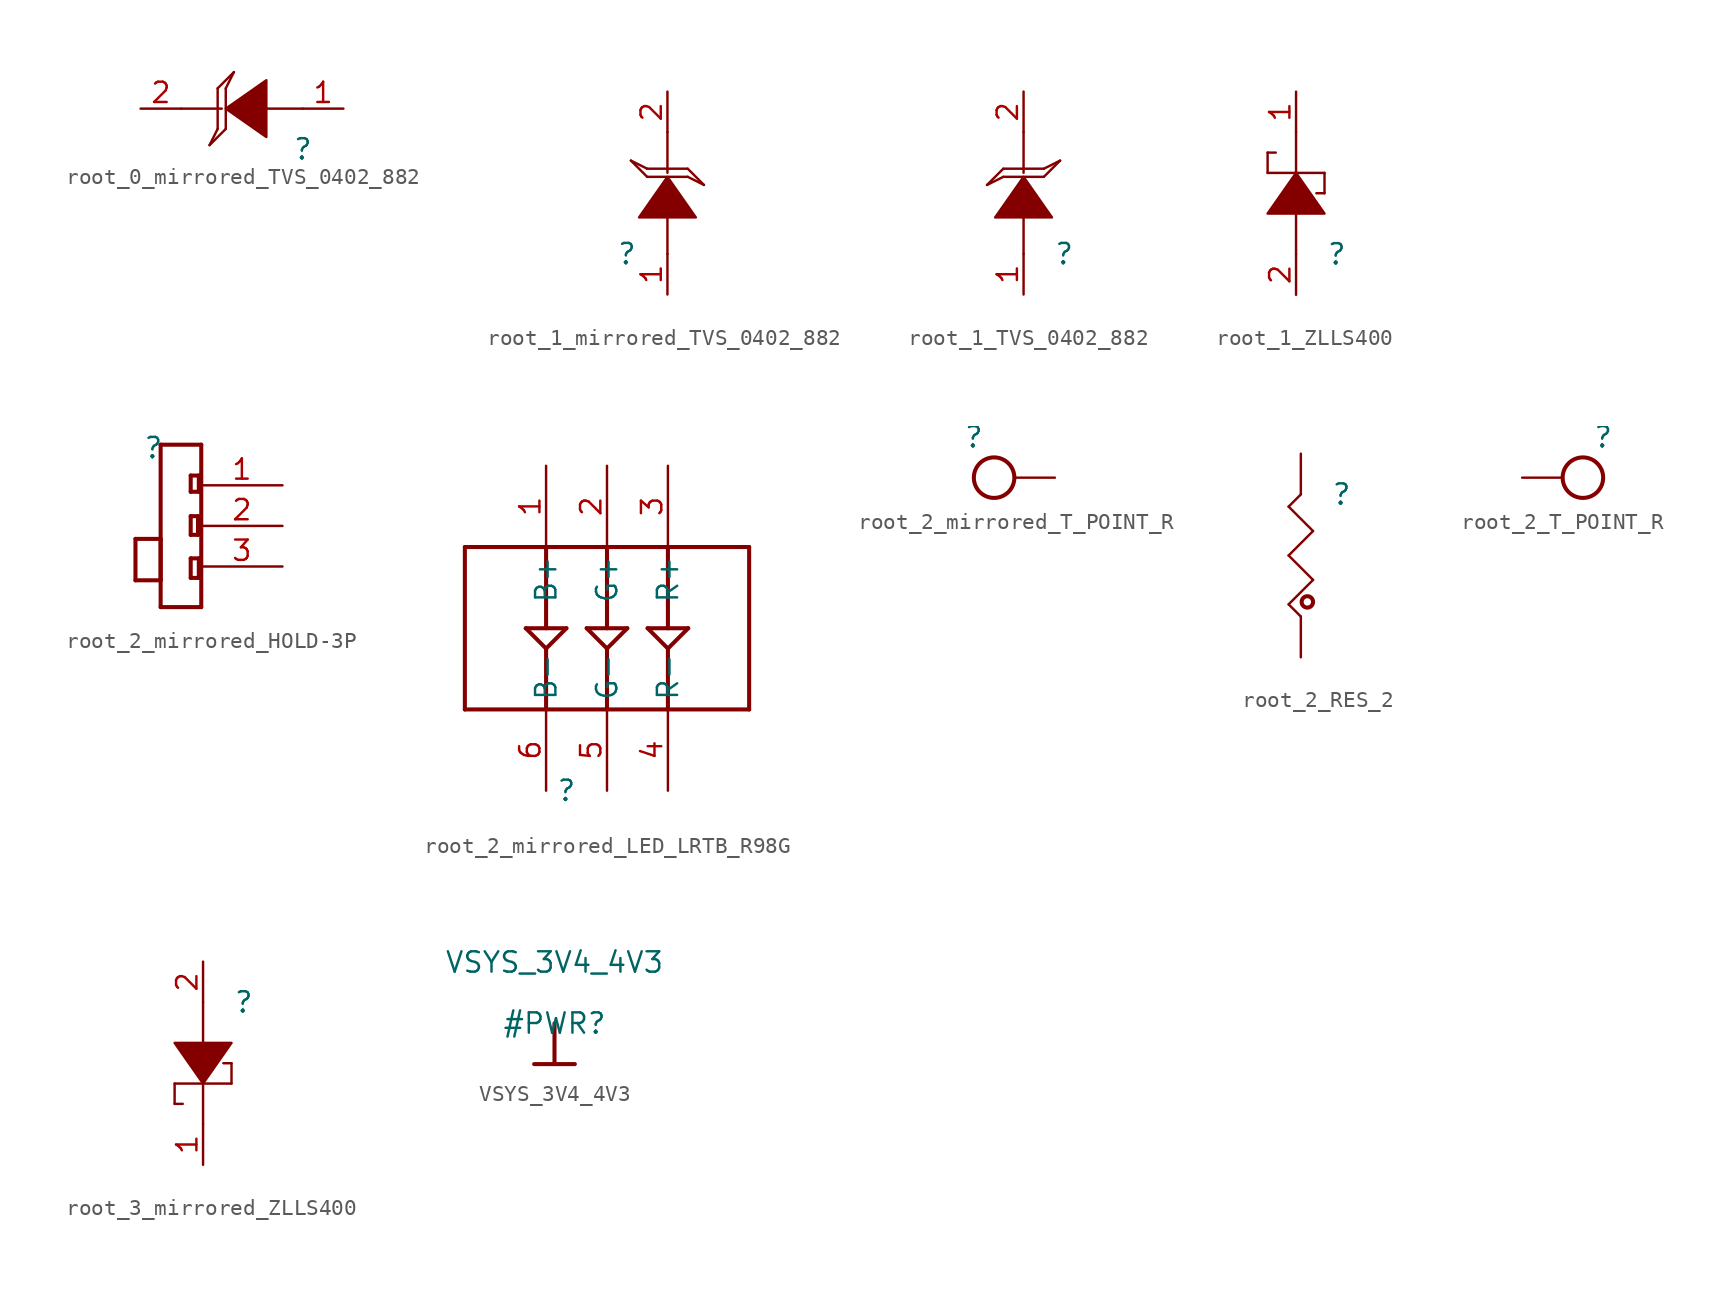
<source format=kicad_sym>
(kicad_symbol_lib
  (version 20220914)
  (generator kicad_symbol_editor)
  (symbol "root_0_mirrored_TVS_0402_882"
    (property "Reference" ""
      (at 0 0 0)
      (effects (font (size 1.27 1.27))))
    (property "Value" ""
      (at 0 0 0)
      (effects (font (size 1.27 1.27))))
    (symbol "root_0_mirrored_TVS_0402_882_1_0"
      (polyline (pts (xy -5.334 1.27) (xy -5.842 0.254)) (stroke (width 0) (type solid)) (fill (type none)))
      (polyline (pts (xy -5.334 1.27) (xy -5.334 3.81)) (stroke (width 0) (type solid)) (fill (type none)))
      (polyline (pts (xy -5.334 3.81) (xy -4.318 4.826)) (stroke (width 0) (type solid)) (fill (type none)))
      (polyline (pts (xy -5.08 2.54) (xy -7.62 2.54)) (stroke (width 0) (type solid)) (fill (type none)))
      (polyline (pts (xy -4.826 1.27) (xy -5.842 0.254)) (stroke (width 0) (type solid)) (fill (type none)))
      (polyline (pts (xy -4.826 1.27) (xy -4.826 3.81)) (stroke (width 0) (type solid)) (fill (type none)))
      (polyline (pts (xy -4.826 3.81) (xy -4.318 4.826)) (stroke (width 0) (type solid)) (fill (type none)))
      (polyline (pts (xy 0 2.54) (xy -2.54 2.54)) (stroke (width 0) (type solid)) (fill (type none)))
      (polyline (pts (xy -4.826 2.54) (xy -4.826 2.54) (xy -2.286 0.762) (xy -2.286 4.318) (xy -4.826 2.54) (xy -4.826 2.54)) (stroke (width 0) (type solid)) (fill (type outline)))
      (pin passive line (at 2.54 2.54 180) (length 2.54) (name "A1" (effects (font (size 0 0)))) (number "1" (effects (font (size 1.27 1.27)))))
      (pin passive line (at -10.16 2.54 0) (length 2.54) (name "A2" (effects (font (size 0 0)))) (number "2" (effects (font (size 1.27 1.27)))))))
  (symbol "root_1_mirrored_TVS_0402_882"
    (property "Reference" ""
      (at 0 0 0)
      (effects (font (size 1.27 1.27))))
    (property "Value" ""
      (at 0 0 0)
      (effects (font (size 1.27 1.27))))
    (symbol "root_1_mirrored_TVS_0402_882_1_0"
      (polyline (pts (xy 1.27 4.826) (xy 0.254 5.842)) (stroke (width 0) (type solid)) (fill (type none)))
      (polyline (pts (xy 1.27 4.826) (xy 3.81 4.826)) (stroke (width 0) (type solid)) (fill (type none)))
      (polyline (pts (xy 1.27 5.334) (xy 0.254 5.842)) (stroke (width 0) (type solid)) (fill (type none)))
      (polyline (pts (xy 1.27 5.334) (xy 3.81 5.334)) (stroke (width 0) (type solid)) (fill (type none)))
      (polyline (pts (xy 2.54 0) (xy 2.54 2.54)) (stroke (width 0) (type solid)) (fill (type none)))
      (polyline (pts (xy 2.54 5.08) (xy 2.54 7.62)) (stroke (width 0) (type solid)) (fill (type none)))
      (polyline (pts (xy 3.81 4.826) (xy 4.826 4.318)) (stroke (width 0) (type solid)) (fill (type none)))
      (polyline (pts (xy 3.81 5.334) (xy 4.826 4.318)) (stroke (width 0) (type solid)) (fill (type none)))
      (polyline (pts (xy 2.54 4.826) (xy 2.54 4.826) (xy 0.762 2.286) (xy 4.318 2.286) (xy 2.54 4.826) (xy 2.54 4.826)) (stroke (width 0) (type solid)) (fill (type outline)))
      (pin passive line (at 2.54 -2.54 90) (length 2.54) (name "A1" (effects (font (size 0 0)))) (number "1" (effects (font (size 1.27 1.27)))))
      (pin passive line (at 2.54 10.16 270) (length 2.54) (name "A2" (effects (font (size 0 0)))) (number "2" (effects (font (size 1.27 1.27)))))))
  (symbol "root_1_TVS_0402_882"
    (property "Reference" ""
      (at 0 0 0)
      (effects (font (size 1.27 1.27))))
    (property "Value" ""
      (at 0 0 0)
      (effects (font (size 1.27 1.27))))
    (symbol "root_1_TVS_0402_882_1_0"
      (polyline (pts (xy -3.81 4.826) (xy -4.826 4.318)) (stroke (width 0) (type solid)) (fill (type none)))
      (polyline (pts (xy -3.81 5.334) (xy -4.826 4.318)) (stroke (width 0) (type solid)) (fill (type none)))
      (polyline (pts (xy -2.54 0) (xy -2.54 2.54)) (stroke (width 0) (type solid)) (fill (type none)))
      (polyline (pts (xy -2.54 5.08) (xy -2.54 7.62)) (stroke (width 0) (type solid)) (fill (type none)))
      (polyline (pts (xy -1.27 4.826) (xy -3.81 4.826)) (stroke (width 0) (type solid)) (fill (type none)))
      (polyline (pts (xy -1.27 4.826) (xy -0.254 5.842)) (stroke (width 0) (type solid)) (fill (type none)))
      (polyline (pts (xy -1.27 5.334) (xy -3.81 5.334)) (stroke (width 0) (type solid)) (fill (type none)))
      (polyline (pts (xy -1.27 5.334) (xy -0.254 5.842)) (stroke (width 0) (type solid)) (fill (type none)))
      (polyline (pts (xy -2.54 4.826) (xy -2.54 4.826) (xy -0.762 2.286) (xy -4.318 2.286) (xy -2.54 4.826) (xy -2.54 4.826)) (stroke (width 0) (type solid)) (fill (type outline)))
      (pin passive line (at -2.54 -2.54 90) (length 2.54) (name "A1" (effects (font (size 0 0)))) (number "1" (effects (font (size 1.27 1.27)))))
      (pin passive line (at -2.54 10.16 270) (length 2.54) (name "A2" (effects (font (size 0 0)))) (number "2" (effects (font (size 1.27 1.27)))))))
  (symbol "root_1_ZLLS400"
    (property "Reference" ""
      (at 0 0 0)
      (effects (font (size 1.27 1.27))))
    (property "Value" ""
      (at 0 0 0)
      (effects (font (size 1.27 1.27))))
    (symbol "root_1_ZLLS400_1_0"
      (polyline (pts (xy -4.318 5.08) (xy -4.318 6.35)) (stroke (width 0) (type solid)) (fill (type none)))
      (polyline (pts (xy -4.318 5.08) (xy -0.762 5.08)) (stroke (width 0) (type solid)) (fill (type none)))
      (polyline (pts (xy -4.318 6.35) (xy -3.81 6.35)) (stroke (width 0) (type solid)) (fill (type none)))
      (polyline (pts (xy -2.54 0) (xy -2.54 2.54)) (stroke (width 0) (type solid)) (fill (type none)))
      (polyline (pts (xy -2.54 5.08) (xy -2.54 7.62)) (stroke (width 0) (type solid)) (fill (type none)))
      (polyline (pts (xy -0.762 3.81) (xy -1.27 3.81)) (stroke (width 0) (type solid)) (fill (type none)))
      (polyline (pts (xy -0.762 5.08) (xy -0.762 3.81)) (stroke (width 0) (type solid)) (fill (type none)))
      (polyline (pts (xy -2.54 5.08) (xy -2.54 5.08) (xy -0.762 2.54) (xy -4.318 2.54) (xy -2.54 5.08) (xy -2.54 5.08)) (stroke (width 0) (type solid)) (fill (type outline)))
      (pin passive line (at -2.54 10.16 270) (length 2.54) (name "C" (effects (font (size 0 0)))) (number "1" (effects (font (size 1.27 1.27)))))
      (pin passive line (at -2.54 -2.54 90) (length 2.54) (name "A" (effects (font (size 0 0)))) (number "2" (effects (font (size 1.27 1.27)))))))
  (symbol "root_2_mirrored_HOLD-3P"
    (property "Reference" ""
      (at 0 0 0)
      (effects (font (size 1.27 1.27))))
    (property "Value" ""
      (at 0 0 0)
      (effects (font (size 1.27 1.27))))
    (symbol "root_2_mirrored_HOLD-3P_1_0"
      (polyline (pts (xy -1.118 -8.28) (xy 0.457 -8.28)) (stroke (width 0.254) (type solid)) (fill (type none)))
      (polyline (pts (xy -1.118 -5.69) (xy -1.118 -8.28)) (stroke (width 0.254) (type solid)) (fill (type none)))
      (polyline (pts (xy 0.457 -9.957) (xy 0.457 0.203)) (stroke (width 0.254) (type solid)) (fill (type none)))
      (polyline (pts (xy 0.457 -8.28) (xy 0.457 -5.69)) (stroke (width 0.254) (type solid)) (fill (type none)))
      (polyline (pts (xy 0.457 -5.69) (xy -1.118 -5.69)) (stroke (width 0.254) (type solid)) (fill (type none)))
      (polyline (pts (xy 0.457 0.203) (xy 2.997 0.203)) (stroke (width 0.254) (type solid)) (fill (type none)))
      (polyline (pts (xy 2.337 -8.128) (xy 2.337 -6.909)) (stroke (width 0.254) (type solid)) (fill (type none)))
      (polyline (pts (xy 2.337 -6.909) (xy 2.845 -6.909)) (stroke (width 0.254) (type solid)) (fill (type none)))
      (polyline (pts (xy 2.337 -5.436) (xy 2.337 -4.267)) (stroke (width 0.254) (type solid)) (fill (type none)))
      (polyline (pts (xy 2.337 -4.267) (xy 2.794 -4.267)) (stroke (width 0.254) (type solid)) (fill (type none)))
      (polyline (pts (xy 2.337 -2.743) (xy 2.337 -1.727)) (stroke (width 0.254) (type solid)) (fill (type none)))
      (polyline (pts (xy 2.337 -1.727) (xy 2.845 -1.727)) (stroke (width 0.254) (type solid)) (fill (type none)))
      (polyline (pts (xy 2.794 -5.436) (xy 2.337 -5.436)) (stroke (width 0.254) (type solid)) (fill (type none)))
      (polyline (pts (xy 2.794 -4.267) (xy 2.794 -5.436)) (stroke (width 0.254) (type solid)) (fill (type none)))
      (polyline (pts (xy 2.845 -8.128) (xy 2.337 -8.128)) (stroke (width 0.254) (type solid)) (fill (type none)))
      (polyline (pts (xy 2.845 -6.909) (xy 2.845 -8.128)) (stroke (width 0.254) (type solid)) (fill (type none)))
      (polyline (pts (xy 2.845 -2.743) (xy 2.337 -2.743)) (stroke (width 0.254) (type solid)) (fill (type none)))
      (polyline (pts (xy 2.845 -1.727) (xy 2.845 -2.743)) (stroke (width 0.254) (type solid)) (fill (type none)))
      (polyline (pts (xy 2.997 -9.957) (xy 0.457 -9.957)) (stroke (width 0.254) (type solid)) (fill (type none)))
      (polyline (pts (xy 2.997 0.203) (xy 2.997 -9.957)) (stroke (width 0.254) (type solid)) (fill (type none)))
      (pin passive line (at 8.077 -2.337 180) (length 5.08) (name "1" (effects (font (size 0 0)))) (number "1" (effects (font (size 1.27 1.27)))))
      (pin passive line (at 8.077 -4.877 180) (length 5.08) (name "2" (effects (font (size 0 0)))) (number "2" (effects (font (size 1.27 1.27)))))
      (pin passive line (at 8.077 -7.417 180) (length 5.08) (name "3" (effects (font (size 0 0)))) (number "3" (effects (font (size 1.27 1.27)))))))
  (symbol "root_2_mirrored_LED_LRTB_R98G"
    (property "Reference" ""
      (at 0 0 0)
      (effects (font (size 1.27 1.27))))
    (property "Value" ""
      (at 0 0 0)
      (effects (font (size 1.27 1.27))))
    (symbol "root_2_mirrored_LED_LRTB_R98G_1_0"
      (polyline (pts (xy -6.35 5.08) (xy -6.35 15.24)) (stroke (width 0.254) (type solid)) (fill (type none)))
      (polyline (pts (xy -6.35 15.24) (xy 11.43 15.24)) (stroke (width 0.254) (type solid)) (fill (type none)))
      (polyline (pts (xy -2.54 10.16) (xy 0 10.16)) (stroke (width 0.254) (type solid)) (fill (type none)))
      (polyline (pts (xy -1.27 8.89) (xy -2.54 10.16)) (stroke (width 0.254) (type solid)) (fill (type none)))
      (polyline (pts (xy -1.27 8.89) (xy -1.27 5.08)) (stroke (width 0.254) (type solid)) (fill (type none)))
      (polyline (pts (xy -1.27 10.16) (xy -1.27 15.24)) (stroke (width 0.254) (type solid)) (fill (type none)))
      (polyline (pts (xy 0 10.16) (xy -1.27 8.89)) (stroke (width 0.254) (type solid)) (fill (type none)))
      (polyline (pts (xy 1.27 10.16) (xy 2.54 8.89)) (stroke (width 0.254) (type solid)) (fill (type none)))
      (polyline (pts (xy 2.54 8.89) (xy 2.54 5.08)) (stroke (width 0.254) (type solid)) (fill (type none)))
      (polyline (pts (xy 2.54 8.89) (xy 3.81 10.16)) (stroke (width 0.254) (type solid)) (fill (type none)))
      (polyline (pts (xy 2.54 10.16) (xy 2.54 15.24)) (stroke (width 0.254) (type solid)) (fill (type none)))
      (polyline (pts (xy 3.81 10.16) (xy 1.27 10.16)) (stroke (width 0.254) (type solid)) (fill (type none)))
      (polyline (pts (xy 5.08 10.16) (xy 7.62 10.16)) (stroke (width 0.254) (type solid)) (fill (type none)))
      (polyline (pts (xy 6.35 8.89) (xy 5.08 10.16)) (stroke (width 0.254) (type solid)) (fill (type none)))
      (polyline (pts (xy 6.35 8.89) (xy 6.35 5.08)) (stroke (width 0.254) (type solid)) (fill (type none)))
      (polyline (pts (xy 6.35 10.16) (xy 6.35 15.24)) (stroke (width 0.254) (type solid)) (fill (type none)))
      (polyline (pts (xy 7.62 10.16) (xy 6.35 8.89)) (stroke (width 0.254) (type solid)) (fill (type none)))
      (polyline (pts (xy 11.43 5.08) (xy -6.35 5.08)) (stroke (width 0.254) (type solid)) (fill (type none)))
      (polyline (pts (xy 11.43 15.24) (xy 11.43 5.08)) (stroke (width 0.254) (type solid)) (fill (type none)))
      (pin passive line (at -1.27 20.32 270) (length 5.08) (name "B+" (effects (font (size 1.27 1.27)))) (number "1" (effects (font (size 1.27 1.27)))))
      (pin passive line (at 2.54 20.32 270) (length 5.08) (name "G+" (effects (font (size 1.27 1.27)))) (number "2" (effects (font (size 1.27 1.27)))))
      (pin passive line (at 6.35 20.32 270) (length 5.08) (name "R+" (effects (font (size 1.27 1.27)))) (number "3" (effects (font (size 1.27 1.27)))))
      (pin passive line (at 6.35 0 90) (length 5.08) (name "R-" (effects (font (size 1.27 1.27)))) (number "4" (effects (font (size 1.27 1.27)))))
      (pin passive line (at 2.54 0 90) (length 5.08) (name "G-" (effects (font (size 1.27 1.27)))) (number "5" (effects (font (size 1.27 1.27)))))
      (pin passive line (at -1.27 0 90) (length 5.08) (name "B-" (effects (font (size 1.27 1.27)))) (number "6" (effects (font (size 1.27 1.27)))))))
  (symbol "root_2_mirrored_T_POINT_R"
    (property "Reference" ""
      (at 0 0 0)
      (effects (font (size 1.27 1.27))))
    (property "Value" ""
      (at 0 0 0)
      (effects (font (size 1.27 1.27))))
    (symbol "root_2_mirrored_T_POINT_R_1_0"
      (circle (center 1.27 -2.54) (radius 1.27) (stroke (width 0.254) (type solid)) (fill (type none)))
      (pin passive line (at 5.08 -2.54 180) (length 2.54) (name "TP" (effects (font (size 0 0)))) (number "1" (effects (font (size 0 0)))))))
  (symbol "root_2_RES_2"
    (property "Reference" ""
      (at 0 0 0)
      (effects (font (size 1.27 1.27))))
    (property "Value" ""
      (at 0 0 0)
      (effects (font (size 1.27 1.27))))
    (symbol "root_2_RES_2_1_0"
      (circle (center -2.134 -6.706) (radius 0.356) (stroke (width 0.254) (type solid)) (fill (type none)))
      (polyline (pts (xy -3.302 -6.858) (xy -1.778 -5.334)) (stroke (width 0) (type solid)) (fill (type none)))
      (polyline (pts (xy -3.302 -3.81) (xy -1.778 -2.286)) (stroke (width 0) (type solid)) (fill (type none)))
      (polyline (pts (xy -3.302 -0.762) (xy -2.54 0)) (stroke (width 0) (type solid)) (fill (type none)))
      (polyline (pts (xy -2.54 -7.62) (xy -3.302 -6.858)) (stroke (width 0) (type solid)) (fill (type none)))
      (polyline (pts (xy -1.778 -5.334) (xy -3.302 -3.81)) (stroke (width 0) (type solid)) (fill (type none)))
      (polyline (pts (xy -1.778 -2.286) (xy -3.302 -0.762)) (stroke (width 0) (type solid)) (fill (type none)))
      (pin passive line (at -2.54 -10.16 90) (length 2.54) (name "1" (effects (font (size 0 0)))) (number "1" (effects (font (size 0 0)))))
      (pin passive line (at -2.54 2.54 270) (length 2.54) (name "2" (effects (font (size 0 0)))) (number "2" (effects (font (size 0 0)))))))
  (symbol "root_2_T_POINT_R"
    (property "Reference" ""
      (at 0 0 0)
      (effects (font (size 1.27 1.27))))
    (property "Value" ""
      (at 0 0 0)
      (effects (font (size 1.27 1.27))))
    (symbol "root_2_T_POINT_R_1_0"
      (circle (center -1.27 -2.54) (radius 1.27) (stroke (width 0.254) (type solid)) (fill (type none)))
      (pin passive line (at -5.08 -2.54 0) (length 2.54) (name "TP" (effects (font (size 0 0)))) (number "1" (effects (font (size 0 0)))))))
  (symbol "root_3_mirrored_ZLLS400"
    (property "Reference" ""
      (at 0 0 0)
      (effects (font (size 1.27 1.27))))
    (property "Value" ""
      (at 0 0 0)
      (effects (font (size 1.27 1.27))))
    (symbol "root_3_mirrored_ZLLS400_1_0"
      (polyline (pts (xy -4.318 -6.35) (xy -3.81 -6.35)) (stroke (width 0) (type solid)) (fill (type none)))
      (polyline (pts (xy -4.318 -5.08) (xy -4.318 -6.35)) (stroke (width 0) (type solid)) (fill (type none)))
      (polyline (pts (xy -4.318 -5.08) (xy -0.762 -5.08)) (stroke (width 0) (type solid)) (fill (type none)))
      (polyline (pts (xy -2.54 -5.08) (xy -2.54 -7.62)) (stroke (width 0) (type solid)) (fill (type none)))
      (polyline (pts (xy -2.54 0) (xy -2.54 -2.54)) (stroke (width 0) (type solid)) (fill (type none)))
      (polyline (pts (xy -0.762 -5.08) (xy -0.762 -3.81)) (stroke (width 0) (type solid)) (fill (type none)))
      (polyline (pts (xy -0.762 -3.81) (xy -1.27 -3.81)) (stroke (width 0) (type solid)) (fill (type none)))
      (polyline (pts (xy -2.54 -5.08) (xy -2.54 -5.08) (xy -0.762 -2.54) (xy -4.318 -2.54) (xy -2.54 -5.08) (xy -2.54 -5.08)) (stroke (width 0) (type solid)) (fill (type outline)))
      (pin passive line (at -2.54 -10.16 90) (length 2.54) (name "C" (effects (font (size 0 0)))) (number "1" (effects (font (size 1.27 1.27)))))
      (pin passive line (at -2.54 2.54 270) (length 2.54) (name "A" (effects (font (size 0 0)))) (number "2" (effects (font (size 1.27 1.27)))))))
  (symbol "VSYS_3V4_4V3"
    (power)
    (property "Reference" "#PWR"
      (at 0 0 0)
      (effects (font (size 1.27 1.27))))
    (property "Value" "VSYS_3V4_4V3"
      (at 0 3.81 0)
      (effects (font (size 1.27 1.27))))
    (symbol "VSYS_3V4_4V3_0_0"
      (polyline (pts (xy -1.27 -2.54) (xy 1.27 -2.54)) (stroke (width 0.254) (type solid)) (fill (type none)))
      (polyline (pts (xy 0 0) (xy 0 -2.54)) (stroke (width 0.254) (type solid)) (fill (type none)))
      (pin power_in line (at 0 0 0) (length 0) hide (name "VSYS_3V4_4V3" (effects (font (size 1.27 1.27)))) (number "" (effects (font (size 1.27 1.27))))))))
</source>
